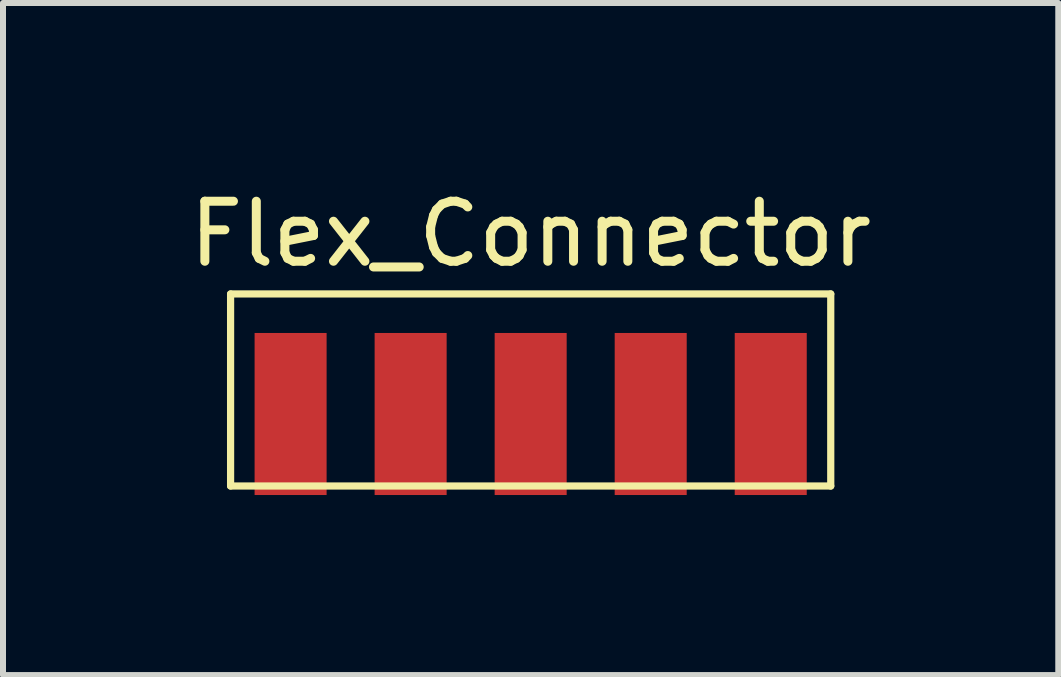
<source format=kicad_pcb>
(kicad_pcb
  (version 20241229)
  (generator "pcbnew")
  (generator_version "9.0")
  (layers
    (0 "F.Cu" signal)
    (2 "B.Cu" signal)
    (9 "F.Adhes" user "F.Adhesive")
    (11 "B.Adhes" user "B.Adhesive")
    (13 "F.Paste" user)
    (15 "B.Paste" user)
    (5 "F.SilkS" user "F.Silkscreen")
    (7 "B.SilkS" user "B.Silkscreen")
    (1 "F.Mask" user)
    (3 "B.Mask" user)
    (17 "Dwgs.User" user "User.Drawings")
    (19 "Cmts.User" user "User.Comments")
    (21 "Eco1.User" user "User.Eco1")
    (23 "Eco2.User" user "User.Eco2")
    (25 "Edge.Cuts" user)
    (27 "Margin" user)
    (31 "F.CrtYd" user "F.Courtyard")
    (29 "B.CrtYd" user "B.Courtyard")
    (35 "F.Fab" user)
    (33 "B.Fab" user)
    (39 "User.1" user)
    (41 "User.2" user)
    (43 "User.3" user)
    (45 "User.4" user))
  (footprint "Flex_Connector"
    (layer "F.Cu")
    (at 5.792 3.848)
    (property "Reference" "Flex_Connector" (at 0 -3 0) (layer "F.SilkS") (effects (font (size 1 1) (thickness 0.15))))
    (attr through_hole)
    (fp_line (start -5 -2) (end -5 1.2) (stroke (width 0.12) (type solid)) (layer "F.SilkS"))
    (fp_line (start -5 1.2) (end 5 1.2) (stroke (width 0.12) (type solid)) (layer "F.SilkS"))
    (fp_line (start 5 -2) (end -5 -2) (stroke (width 0.12) (type solid)) (layer "F.SilkS"))
    (fp_line (start 5 1.2) (end 5 -2) (stroke (width 0.12) (type solid)) (layer "F.SilkS"))
    (pad "1" smd rect (at -4 0) (size 1.2 2.7) (layers "F.Cu" "F.Mask" "F.Paste"))
    (pad "2" smd rect (at -2 0) (size 1.2 2.7) (layers "F.Cu" "F.Mask" "F.Paste"))
    (pad "3" smd rect (at 0 0) (size 1.2 2.7) (layers "F.Cu" "F.Mask" "F.Paste"))
    (pad "4" smd rect (at 2 0) (size 1.2 2.7) (layers "F.Cu" "F.Mask" "F.Paste"))
    (pad "5" smd rect (at 4 0) (size 1.2 2.7) (layers "F.Cu" "F.Mask" "F.Paste")))
  (gr_rect
    (start -3 -3)
    (end 14.583 8.198)
    (stroke (width 0.1) (type default))
    (fill no)
    (layer "Edge.Cuts")))
</source>
